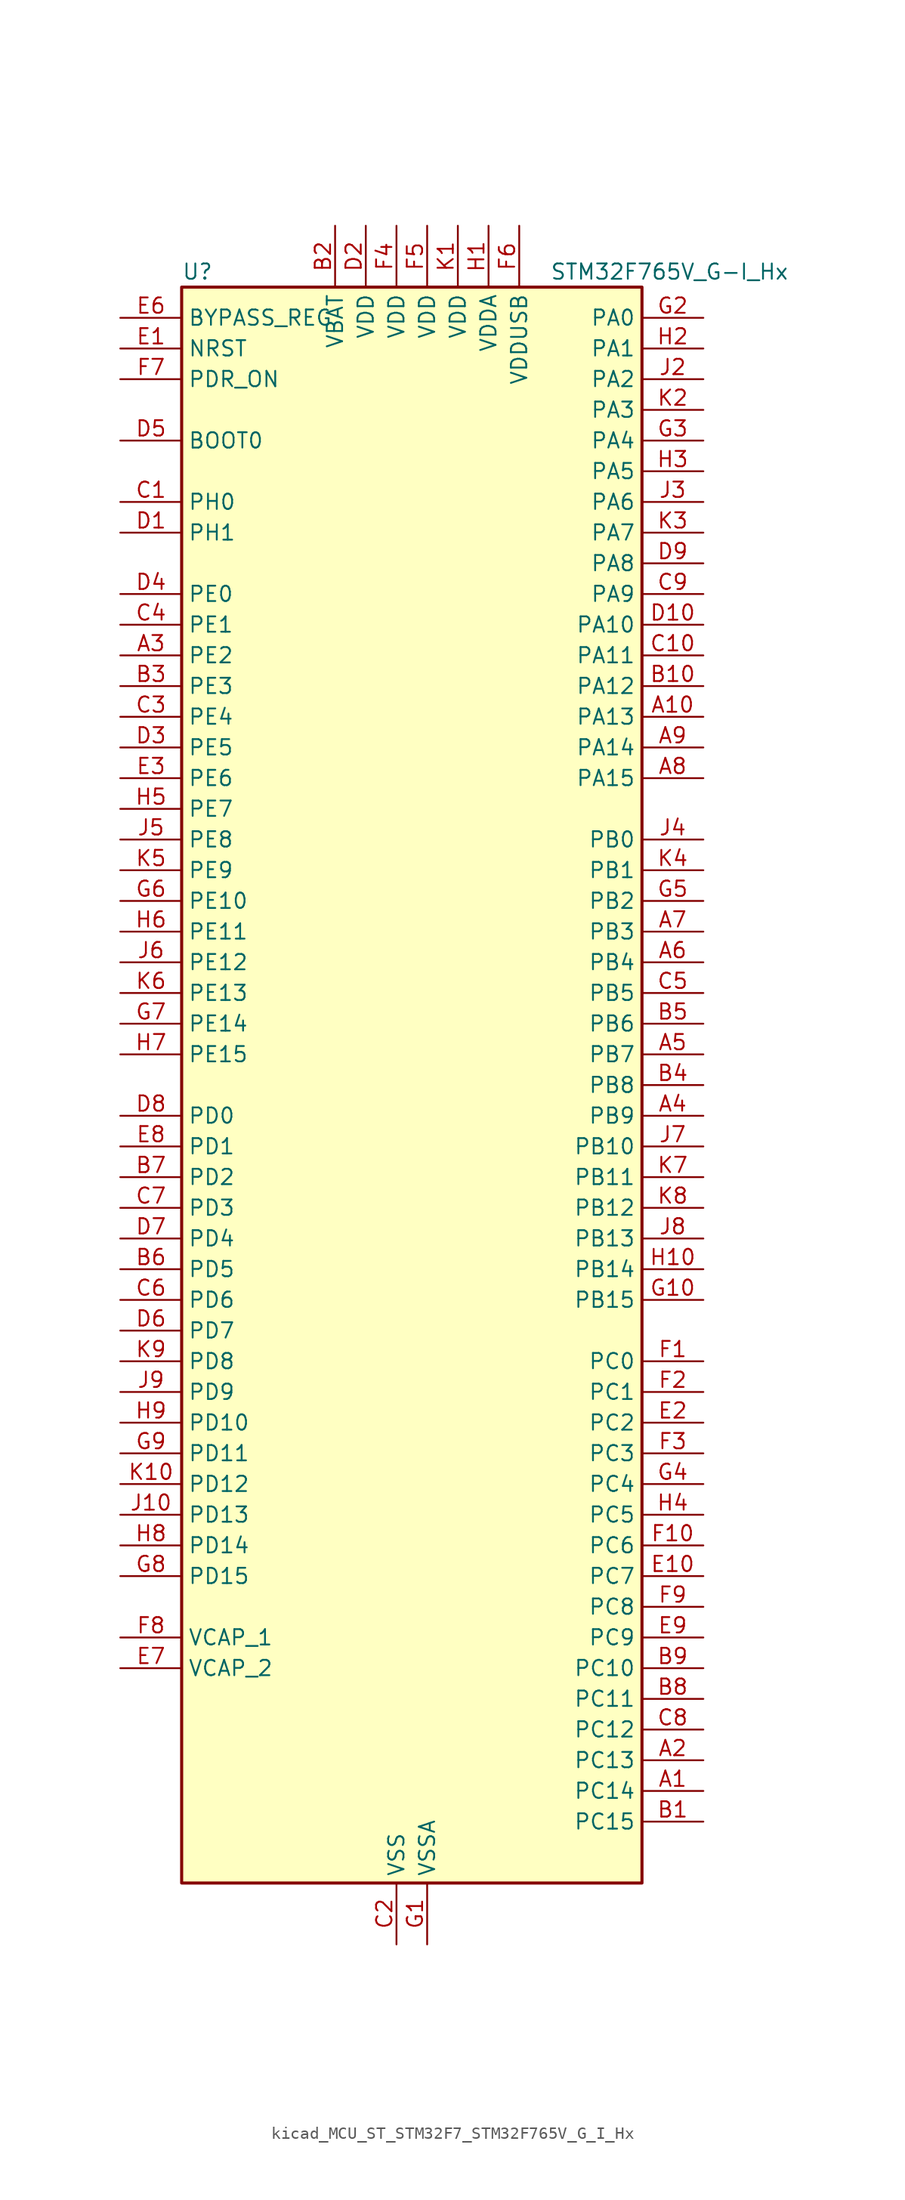
<source format=kicad_sym>
(kicad_symbol_lib
  (version 20220914)
  (generator kicad_symbol_editor)
  (symbol "kicad_MCU_ST_STM32F7_STM32F765V_G_I_Hx"
    (property "Reference" "U"
      (at -17.78 67.31 0)
      (effects (font (size 1.27 1.27)) (justify left)))
    (property "Value" "STM32F765V_G-I_Hx"
      (at 12.7 67.31 0)
      (effects (font (size 1.27 1.27)) (justify left)))
    (property "ki_locked" ""
      (at 0 0 0)
      (effects (font (size 1.27 1.27))))
    (symbol "kicad_MCU_ST_STM32F7_STM32F765V_G_I_Hx_0_1"
      (rectangle (start -17.78 -66.04) (end 20.32 66.04) (stroke (width 0.254) (type default)) (fill (type background))))
    (symbol "kicad_MCU_ST_STM32F7_STM32F765V_G_I_Hx_1_1"
      (pin bidirectional line (at 25.4 -58.42 180) (length 5.08) (name "PC14" (effects (font (size 1.27 1.27)))) (number "A1" (effects (font (size 1.27 1.27)))) (alternate "RCC_OSC32_IN" bidirectional line))
      (pin bidirectional line (at 25.4 30.48 180) (length 5.08) (name "PA13" (effects (font (size 1.27 1.27)))) (number "A10" (effects (font (size 1.27 1.27)))) (alternate "SYS_JTMS-SWDIO" bidirectional line))
      (pin bidirectional line (at 25.4 -55.88 180) (length 5.08) (name "PC13" (effects (font (size 1.27 1.27)))) (number "A2" (effects (font (size 1.27 1.27)))) (alternate "RTC_OUT" bidirectional line) (alternate "RTC_TAMP1" bidirectional line) (alternate "RTC_TS" bidirectional line) (alternate "SYS_WKUP4" bidirectional line))
      (pin bidirectional line (at -22.86 35.56 0) (length 5.08) (name "PE2" (effects (font (size 1.27 1.27)))) (number "A3" (effects (font (size 1.27 1.27)))) (alternate "ETH_TXD3" bidirectional line) (alternate "FMC_A23" bidirectional line) (alternate "QUADSPI_BK1_IO2" bidirectional line) (alternate "SAI1_MCLK_A" bidirectional line) (alternate "SPI4_SCK" bidirectional line) (alternate "SYS_TRACECLK" bidirectional line))
      (pin bidirectional line (at 25.4 -2.54 180) (length 5.08) (name "PB9" (effects (font (size 1.27 1.27)))) (number "A4" (effects (font (size 1.27 1.27)))) (alternate "CAN1_TX" bidirectional line) (alternate "DAC_EXTI9" bidirectional line) (alternate "DCMI_D7" bidirectional line) (alternate "DFSDM1_DATIN7" bidirectional line) (alternate "I2C1_SDA" bidirectional line) (alternate "I2C4_SDA" bidirectional line) (alternate "I2C4_SMBA" bidirectional line) (alternate "I2S2_WS" bidirectional line) (alternate "SDMMC1_D5" bidirectional line) (alternate "SDMMC2_D5" bidirectional line) (alternate "SPI2_NSS" bidirectional line) (alternate "TIM11_CH1" bidirectional line) (alternate "TIM4_CH4" bidirectional line) (alternate "UART5_TX" bidirectional line))
      (pin bidirectional line (at 25.4 2.54 180) (length 5.08) (name "PB7" (effects (font (size 1.27 1.27)))) (number "A5" (effects (font (size 1.27 1.27)))) (alternate "DCMI_VSYNC" bidirectional line) (alternate "DFSDM1_CKIN5" bidirectional line) (alternate "FMC_NL" bidirectional line) (alternate "I2C1_SDA" bidirectional line) (alternate "I2C4_SDA" bidirectional line) (alternate "TIM4_CH2" bidirectional line) (alternate "USART1_RX" bidirectional line))
      (pin bidirectional line (at 25.4 10.16 180) (length 5.08) (name "PB4" (effects (font (size 1.27 1.27)))) (number "A6" (effects (font (size 1.27 1.27)))) (alternate "CAN3_TX" bidirectional line) (alternate "I2S2_WS" bidirectional line) (alternate "SDMMC2_D3" bidirectional line) (alternate "SPI1_MISO" bidirectional line) (alternate "SPI2_NSS" bidirectional line) (alternate "SPI3_MISO" bidirectional line) (alternate "SPI6_MISO" bidirectional line) (alternate "SYS_JTRST" bidirectional line) (alternate "TIM3_CH1" bidirectional line) (alternate "UART7_TX" bidirectional line))
      (pin bidirectional line (at 25.4 12.7 180) (length 5.08) (name "PB3" (effects (font (size 1.27 1.27)))) (number "A7" (effects (font (size 1.27 1.27)))) (alternate "CAN3_RX" bidirectional line) (alternate "I2S1_CK" bidirectional line) (alternate "I2S3_CK" bidirectional line) (alternate "SDMMC2_D2" bidirectional line) (alternate "SPI1_SCK" bidirectional line) (alternate "SPI3_SCK" bidirectional line) (alternate "SPI6_SCK" bidirectional line) (alternate "SYS_JTDO-SWO" bidirectional line) (alternate "TIM2_CH2" bidirectional line) (alternate "UART7_RX" bidirectional line))
      (pin bidirectional line (at 25.4 25.4 180) (length 5.08) (name "PA15" (effects (font (size 1.27 1.27)))) (number "A8" (effects (font (size 1.27 1.27)))) (alternate "CAN3_TX" bidirectional line) (alternate "CEC" bidirectional line) (alternate "I2S1_WS" bidirectional line) (alternate "I2S3_WS" bidirectional line) (alternate "SPI1_NSS" bidirectional line) (alternate "SPI3_NSS" bidirectional line) (alternate "SPI6_NSS" bidirectional line) (alternate "SYS_JTDI" bidirectional line) (alternate "TIM2_CH1" bidirectional line) (alternate "TIM2_ETR" bidirectional line) (alternate "UART4_DE" bidirectional line) (alternate "UART4_RTS" bidirectional line) (alternate "UART7_TX" bidirectional line))
      (pin bidirectional line (at 25.4 27.94 180) (length 5.08) (name "PA14" (effects (font (size 1.27 1.27)))) (number "A9" (effects (font (size 1.27 1.27)))) (alternate "SYS_JTCK-SWCLK" bidirectional line))
      (pin bidirectional line (at 25.4 -60.96 180) (length 5.08) (name "PC15" (effects (font (size 1.27 1.27)))) (number "B1" (effects (font (size 1.27 1.27)))) (alternate "RCC_OSC32_OUT" bidirectional line))
      (pin bidirectional line (at 25.4 33.02 180) (length 5.08) (name "PA12" (effects (font (size 1.27 1.27)))) (number "B10" (effects (font (size 1.27 1.27)))) (alternate "CAN1_TX" bidirectional line) (alternate "I2S2_CK" bidirectional line) (alternate "SAI2_FS_B" bidirectional line) (alternate "SPI2_SCK" bidirectional line) (alternate "TIM1_ETR" bidirectional line) (alternate "UART4_TX" bidirectional line) (alternate "USART1_DE" bidirectional line) (alternate "USART1_RTS" bidirectional line) (alternate "USB_OTG_FS_DP" bidirectional line))
      (pin power_in line (at -5.08 71.12 270) (length 5.08) (name "VBAT" (effects (font (size 1.27 1.27)))) (number "B2" (effects (font (size 1.27 1.27)))))
      (pin bidirectional line (at -22.86 33.02 0) (length 5.08) (name "PE3" (effects (font (size 1.27 1.27)))) (number "B3" (effects (font (size 1.27 1.27)))) (alternate "FMC_A19" bidirectional line) (alternate "SAI1_SD_B" bidirectional line) (alternate "SYS_TRACED0" bidirectional line))
      (pin bidirectional line (at 25.4 0 180) (length 5.08) (name "PB8" (effects (font (size 1.27 1.27)))) (number "B4" (effects (font (size 1.27 1.27)))) (alternate "CAN1_RX" bidirectional line) (alternate "DCMI_D6" bidirectional line) (alternate "DFSDM1_CKIN7" bidirectional line) (alternate "ETH_TXD3" bidirectional line) (alternate "I2C1_SCL" bidirectional line) (alternate "I2C4_SCL" bidirectional line) (alternate "SDMMC1_D4" bidirectional line) (alternate "SDMMC2_D4" bidirectional line) (alternate "TIM10_CH1" bidirectional line) (alternate "TIM4_CH3" bidirectional line) (alternate "UART5_RX" bidirectional line))
      (pin bidirectional line (at 25.4 5.08 180) (length 5.08) (name "PB6" (effects (font (size 1.27 1.27)))) (number "B5" (effects (font (size 1.27 1.27)))) (alternate "CAN2_TX" bidirectional line) (alternate "CEC" bidirectional line) (alternate "DCMI_D5" bidirectional line) (alternate "DFSDM1_DATIN5" bidirectional line) (alternate "FMC_SDNE1" bidirectional line) (alternate "I2C1_SCL" bidirectional line) (alternate "I2C4_SCL" bidirectional line) (alternate "QUADSPI_BK1_NCS" bidirectional line) (alternate "TIM4_CH1" bidirectional line) (alternate "UART5_TX" bidirectional line) (alternate "USART1_TX" bidirectional line))
      (pin bidirectional line (at -22.86 -15.24 0) (length 5.08) (name "PD5" (effects (font (size 1.27 1.27)))) (number "B6" (effects (font (size 1.27 1.27)))) (alternate "FMC_NWE" bidirectional line) (alternate "USART2_TX" bidirectional line))
      (pin bidirectional line (at -22.86 -7.62 0) (length 5.08) (name "PD2" (effects (font (size 1.27 1.27)))) (number "B7" (effects (font (size 1.27 1.27)))) (alternate "DCMI_D11" bidirectional line) (alternate "SDMMC1_CMD" bidirectional line) (alternate "SYS_TRACED2" bidirectional line) (alternate "TIM3_ETR" bidirectional line) (alternate "UART5_RX" bidirectional line))
      (pin bidirectional line (at 25.4 -50.8 180) (length 5.08) (name "PC11" (effects (font (size 1.27 1.27)))) (number "B8" (effects (font (size 1.27 1.27)))) (alternate "ADC1_EXTI11" bidirectional line) (alternate "ADC2_EXTI11" bidirectional line) (alternate "ADC3_EXTI11" bidirectional line) (alternate "DCMI_D4" bidirectional line) (alternate "DFSDM1_DATIN5" bidirectional line) (alternate "QUADSPI_BK2_NCS" bidirectional line) (alternate "SDMMC1_D3" bidirectional line) (alternate "SPI3_MISO" bidirectional line) (alternate "UART4_RX" bidirectional line) (alternate "USART3_RX" bidirectional line))
      (pin bidirectional line (at 25.4 -48.26 180) (length 5.08) (name "PC10" (effects (font (size 1.27 1.27)))) (number "B9" (effects (font (size 1.27 1.27)))) (alternate "DCMI_D8" bidirectional line) (alternate "DFSDM1_CKIN5" bidirectional line) (alternate "I2S3_CK" bidirectional line) (alternate "QUADSPI_BK1_IO1" bidirectional line) (alternate "SDMMC1_D2" bidirectional line) (alternate "SPI3_SCK" bidirectional line) (alternate "UART4_TX" bidirectional line) (alternate "USART3_TX" bidirectional line))
      (pin bidirectional line (at -22.86 48.26 0) (length 5.08) (name "PH0" (effects (font (size 1.27 1.27)))) (number "C1" (effects (font (size 1.27 1.27)))) (alternate "RCC_OSC_IN" bidirectional line))
      (pin bidirectional line (at 25.4 35.56 180) (length 5.08) (name "PA11" (effects (font (size 1.27 1.27)))) (number "C10" (effects (font (size 1.27 1.27)))) (alternate "ADC1_EXTI11" bidirectional line) (alternate "ADC2_EXTI11" bidirectional line) (alternate "ADC3_EXTI11" bidirectional line) (alternate "CAN1_RX" bidirectional line) (alternate "I2S2_WS" bidirectional line) (alternate "SPI2_NSS" bidirectional line) (alternate "TIM1_CH4" bidirectional line) (alternate "UART4_RX" bidirectional line) (alternate "USART1_CTS" bidirectional line) (alternate "USB_OTG_FS_DM" bidirectional line))
      (pin power_in line (at 0 -71.12 90) (length 5.08) (name "VSS" (effects (font (size 1.27 1.27)))) (number "C2" (effects (font (size 1.27 1.27)))))
      (pin bidirectional line (at -22.86 30.48 0) (length 5.08) (name "PE4" (effects (font (size 1.27 1.27)))) (number "C3" (effects (font (size 1.27 1.27)))) (alternate "DCMI_D4" bidirectional line) (alternate "DFSDM1_DATIN3" bidirectional line) (alternate "FMC_A20" bidirectional line) (alternate "SAI1_FS_A" bidirectional line) (alternate "SPI4_NSS" bidirectional line) (alternate "SYS_TRACED1" bidirectional line))
      (pin bidirectional line (at -22.86 38.1 0) (length 5.08) (name "PE1" (effects (font (size 1.27 1.27)))) (number "C4" (effects (font (size 1.27 1.27)))) (alternate "DCMI_D3" bidirectional line) (alternate "FMC_NBL1" bidirectional line) (alternate "LPTIM1_IN2" bidirectional line) (alternate "UART8_TX" bidirectional line))
      (pin bidirectional line (at 25.4 7.62 180) (length 5.08) (name "PB5" (effects (font (size 1.27 1.27)))) (number "C5" (effects (font (size 1.27 1.27)))) (alternate "CAN2_RX" bidirectional line) (alternate "DCMI_D10" bidirectional line) (alternate "ETH_PPS_OUT" bidirectional line) (alternate "FMC_SDCKE1" bidirectional line) (alternate "I2C1_SMBA" bidirectional line) (alternate "I2S1_SD" bidirectional line) (alternate "I2S3_SD" bidirectional line) (alternate "SPI1_MOSI" bidirectional line) (alternate "SPI3_MOSI" bidirectional line) (alternate "SPI6_MOSI" bidirectional line) (alternate "TIM3_CH2" bidirectional line) (alternate "UART5_RX" bidirectional line) (alternate "USB_OTG_HS_ULPI_D7" bidirectional line))
      (pin bidirectional line (at -22.86 -17.78 0) (length 5.08) (name "PD6" (effects (font (size 1.27 1.27)))) (number "C6" (effects (font (size 1.27 1.27)))) (alternate "DCMI_D10" bidirectional line) (alternate "DFSDM1_CKIN4" bidirectional line) (alternate "DFSDM1_DATIN1" bidirectional line) (alternate "FMC_NWAIT" bidirectional line) (alternate "I2S3_SD" bidirectional line) (alternate "SAI1_SD_A" bidirectional line) (alternate "SDMMC2_CK" bidirectional line) (alternate "SPI3_MOSI" bidirectional line) (alternate "USART2_RX" bidirectional line))
      (pin bidirectional line (at -22.86 -10.16 0) (length 5.08) (name "PD3" (effects (font (size 1.27 1.27)))) (number "C7" (effects (font (size 1.27 1.27)))) (alternate "DCMI_D5" bidirectional line) (alternate "DFSDM1_CKOUT" bidirectional line) (alternate "DFSDM1_DATIN0" bidirectional line) (alternate "FMC_CLK" bidirectional line) (alternate "I2S2_CK" bidirectional line) (alternate "SPI2_SCK" bidirectional line) (alternate "USART2_CTS" bidirectional line))
      (pin bidirectional line (at 25.4 -53.34 180) (length 5.08) (name "PC12" (effects (font (size 1.27 1.27)))) (number "C8" (effects (font (size 1.27 1.27)))) (alternate "DCMI_D9" bidirectional line) (alternate "I2S3_SD" bidirectional line) (alternate "SDMMC1_CK" bidirectional line) (alternate "SPI3_MOSI" bidirectional line) (alternate "SYS_TRACED3" bidirectional line) (alternate "UART5_TX" bidirectional line) (alternate "USART3_CK" bidirectional line))
      (pin bidirectional line (at 25.4 40.64 180) (length 5.08) (name "PA9" (effects (font (size 1.27 1.27)))) (number "C9" (effects (font (size 1.27 1.27)))) (alternate "DAC_EXTI9" bidirectional line) (alternate "DCMI_D0" bidirectional line) (alternate "I2C3_SMBA" bidirectional line) (alternate "I2S2_CK" bidirectional line) (alternate "SPI2_SCK" bidirectional line) (alternate "TIM1_CH2" bidirectional line) (alternate "USART1_TX" bidirectional line) (alternate "USB_OTG_FS_VBUS" bidirectional line))
      (pin bidirectional line (at -22.86 45.72 0) (length 5.08) (name "PH1" (effects (font (size 1.27 1.27)))) (number "D1" (effects (font (size 1.27 1.27)))) (alternate "RCC_OSC_OUT" bidirectional line))
      (pin bidirectional line (at 25.4 38.1 180) (length 5.08) (name "PA10" (effects (font (size 1.27 1.27)))) (number "D10" (effects (font (size 1.27 1.27)))) (alternate "DCMI_D1" bidirectional line) (alternate "MDIOS_MDIO" bidirectional line) (alternate "TIM1_CH3" bidirectional line) (alternate "USART1_RX" bidirectional line) (alternate "USB_OTG_FS_ID" bidirectional line))
      (pin power_in line (at -2.54 71.12 270) (length 5.08) (name "VDD" (effects (font (size 1.27 1.27)))) (number "D2" (effects (font (size 1.27 1.27)))))
      (pin bidirectional line (at -22.86 27.94 0) (length 5.08) (name "PE5" (effects (font (size 1.27 1.27)))) (number "D3" (effects (font (size 1.27 1.27)))) (alternate "DCMI_D6" bidirectional line) (alternate "DFSDM1_CKIN3" bidirectional line) (alternate "FMC_A21" bidirectional line) (alternate "SAI1_SCK_A" bidirectional line) (alternate "SPI4_MISO" bidirectional line) (alternate "SYS_TRACED2" bidirectional line) (alternate "TIM9_CH1" bidirectional line))
      (pin bidirectional line (at -22.86 40.64 0) (length 5.08) (name "PE0" (effects (font (size 1.27 1.27)))) (number "D4" (effects (font (size 1.27 1.27)))) (alternate "DCMI_D2" bidirectional line) (alternate "FMC_NBL0" bidirectional line) (alternate "LPTIM1_ETR" bidirectional line) (alternate "SAI2_MCLK_A" bidirectional line) (alternate "TIM4_ETR" bidirectional line) (alternate "UART8_RX" bidirectional line))
      (pin input line (at -22.86 53.34 0) (length 5.08) (name "BOOT0" (effects (font (size 1.27 1.27)))) (number "D5" (effects (font (size 1.27 1.27)))))
      (pin bidirectional line (at -22.86 -20.32 0) (length 5.08) (name "PD7" (effects (font (size 1.27 1.27)))) (number "D6" (effects (font (size 1.27 1.27)))) (alternate "DFSDM1_CKIN1" bidirectional line) (alternate "DFSDM1_DATIN4" bidirectional line) (alternate "FMC_NE1" bidirectional line) (alternate "I2S1_SD" bidirectional line) (alternate "SDMMC2_CMD" bidirectional line) (alternate "SPDIFRX_IN0" bidirectional line) (alternate "SPI1_MOSI" bidirectional line) (alternate "USART2_CK" bidirectional line))
      (pin bidirectional line (at -22.86 -12.7 0) (length 5.08) (name "PD4" (effects (font (size 1.27 1.27)))) (number "D7" (effects (font (size 1.27 1.27)))) (alternate "DFSDM1_CKIN0" bidirectional line) (alternate "FMC_NOE" bidirectional line) (alternate "USART2_DE" bidirectional line) (alternate "USART2_RTS" bidirectional line))
      (pin bidirectional line (at -22.86 -2.54 0) (length 5.08) (name "PD0" (effects (font (size 1.27 1.27)))) (number "D8" (effects (font (size 1.27 1.27)))) (alternate "CAN1_RX" bidirectional line) (alternate "DFSDM1_CKIN6" bidirectional line) (alternate "DFSDM1_DATIN7" bidirectional line) (alternate "FMC_D2" bidirectional line) (alternate "FMC_DA2" bidirectional line) (alternate "UART4_RX" bidirectional line))
      (pin bidirectional line (at 25.4 43.18 180) (length 5.08) (name "PA8" (effects (font (size 1.27 1.27)))) (number "D9" (effects (font (size 1.27 1.27)))) (alternate "CAN3_RX" bidirectional line) (alternate "I2C3_SCL" bidirectional line) (alternate "RCC_MCO_1" bidirectional line) (alternate "TIM1_CH1" bidirectional line) (alternate "TIM8_BKIN2" bidirectional line) (alternate "UART7_RX" bidirectional line) (alternate "USART1_CK" bidirectional line) (alternate "USB_OTG_FS_SOF" bidirectional line))
      (pin input line (at -22.86 60.96 0) (length 5.08) (name "NRST" (effects (font (size 1.27 1.27)))) (number "E1" (effects (font (size 1.27 1.27)))))
      (pin bidirectional line (at 25.4 -40.64 180) (length 5.08) (name "PC7" (effects (font (size 1.27 1.27)))) (number "E10" (effects (font (size 1.27 1.27)))) (alternate "DCMI_D1" bidirectional line) (alternate "DFSDM1_DATIN3" bidirectional line) (alternate "FMC_NE1" bidirectional line) (alternate "I2S3_MCK" bidirectional line) (alternate "SDMMC1_D7" bidirectional line) (alternate "SDMMC2_D7" bidirectional line) (alternate "TIM3_CH2" bidirectional line) (alternate "TIM8_CH2" bidirectional line) (alternate "USART6_RX" bidirectional line))
      (pin bidirectional line (at 25.4 -27.94 180) (length 5.08) (name "PC2" (effects (font (size 1.27 1.27)))) (number "E2" (effects (font (size 1.27 1.27)))) (alternate "ADC1_IN12" bidirectional line) (alternate "ADC2_IN12" bidirectional line) (alternate "ADC3_IN12" bidirectional line) (alternate "DFSDM1_CKIN1" bidirectional line) (alternate "DFSDM1_CKOUT" bidirectional line) (alternate "ETH_TXD2" bidirectional line) (alternate "FMC_SDNE0" bidirectional line) (alternate "SPI2_MISO" bidirectional line) (alternate "USB_OTG_HS_ULPI_DIR" bidirectional line))
      (pin bidirectional line (at -22.86 25.4 0) (length 5.08) (name "PE6" (effects (font (size 1.27 1.27)))) (number "E3" (effects (font (size 1.27 1.27)))) (alternate "DCMI_D7" bidirectional line) (alternate "FMC_A22" bidirectional line) (alternate "SAI1_SD_A" bidirectional line) (alternate "SAI2_MCLK_B" bidirectional line) (alternate "SPI4_MOSI" bidirectional line) (alternate "SYS_TRACED3" bidirectional line) (alternate "TIM1_BKIN2" bidirectional line) (alternate "TIM9_CH2" bidirectional line))
      (pin passive line (at 0 -71.12 90) (length 5.08) hide (name "VSS" (effects (font (size 1.27 1.27)))) (number "E4" (effects (font (size 1.27 1.27)))))
      (pin passive line (at 0 -71.12 90) (length 5.08) hide (name "VSS" (effects (font (size 1.27 1.27)))) (number "E5" (effects (font (size 1.27 1.27)))))
      (pin input line (at -22.86 63.5 0) (length 5.08) (name "BYPASS_REG" (effects (font (size 1.27 1.27)))) (number "E6" (effects (font (size 1.27 1.27)))))
      (pin power_out line (at -22.86 -48.26 0) (length 5.08) (name "VCAP_2" (effects (font (size 1.27 1.27)))) (number "E7" (effects (font (size 1.27 1.27)))))
      (pin bidirectional line (at -22.86 -5.08 0) (length 5.08) (name "PD1" (effects (font (size 1.27 1.27)))) (number "E8" (effects (font (size 1.27 1.27)))) (alternate "CAN1_TX" bidirectional line) (alternate "DFSDM1_CKIN7" bidirectional line) (alternate "DFSDM1_DATIN6" bidirectional line) (alternate "FMC_D3" bidirectional line) (alternate "FMC_DA3" bidirectional line) (alternate "UART4_TX" bidirectional line))
      (pin bidirectional line (at 25.4 -45.72 180) (length 5.08) (name "PC9" (effects (font (size 1.27 1.27)))) (number "E9" (effects (font (size 1.27 1.27)))) (alternate "DAC_EXTI9" bidirectional line) (alternate "DCMI_D3" bidirectional line) (alternate "I2C3_SDA" bidirectional line) (alternate "I2S_CKIN" bidirectional line) (alternate "QUADSPI_BK1_IO0" bidirectional line) (alternate "RCC_MCO_2" bidirectional line) (alternate "SDMMC1_D1" bidirectional line) (alternate "TIM3_CH4" bidirectional line) (alternate "TIM8_CH4" bidirectional line) (alternate "UART5_CTS" bidirectional line))
      (pin bidirectional line (at 25.4 -22.86 180) (length 5.08) (name "PC0" (effects (font (size 1.27 1.27)))) (number "F1" (effects (font (size 1.27 1.27)))) (alternate "ADC1_IN10" bidirectional line) (alternate "ADC2_IN10" bidirectional line) (alternate "ADC3_IN10" bidirectional line) (alternate "DFSDM1_CKIN0" bidirectional line) (alternate "DFSDM1_DATIN4" bidirectional line) (alternate "FMC_SDNWE" bidirectional line) (alternate "SAI2_FS_B" bidirectional line) (alternate "USB_OTG_HS_ULPI_STP" bidirectional line))
      (pin bidirectional line (at 25.4 -38.1 180) (length 5.08) (name "PC6" (effects (font (size 1.27 1.27)))) (number "F10" (effects (font (size 1.27 1.27)))) (alternate "DCMI_D0" bidirectional line) (alternate "DFSDM1_CKIN3" bidirectional line) (alternate "FMC_NWAIT" bidirectional line) (alternate "I2S2_MCK" bidirectional line) (alternate "SDMMC1_D6" bidirectional line) (alternate "SDMMC2_D6" bidirectional line) (alternate "TIM3_CH1" bidirectional line) (alternate "TIM8_CH1" bidirectional line) (alternate "USART6_TX" bidirectional line))
      (pin bidirectional line (at 25.4 -25.4 180) (length 5.08) (name "PC1" (effects (font (size 1.27 1.27)))) (number "F2" (effects (font (size 1.27 1.27)))) (alternate "ADC1_IN11" bidirectional line) (alternate "ADC2_IN11" bidirectional line) (alternate "ADC3_IN11" bidirectional line) (alternate "DFSDM1_CKIN4" bidirectional line) (alternate "DFSDM1_DATIN0" bidirectional line) (alternate "ETH_MDC" bidirectional line) (alternate "I2S2_SD" bidirectional line) (alternate "MDIOS_MDC" bidirectional line) (alternate "RTC_TAMP3" bidirectional line) (alternate "RTC_TS" bidirectional line) (alternate "SAI1_SD_A" bidirectional line) (alternate "SPI2_MOSI" bidirectional line) (alternate "SYS_TRACED0" bidirectional line) (alternate "SYS_WKUP3" bidirectional line))
      (pin bidirectional line (at 25.4 -30.48 180) (length 5.08) (name "PC3" (effects (font (size 1.27 1.27)))) (number "F3" (effects (font (size 1.27 1.27)))) (alternate "ADC1_IN13" bidirectional line) (alternate "ADC2_IN13" bidirectional line) (alternate "ADC3_IN13" bidirectional line) (alternate "DFSDM1_DATIN1" bidirectional line) (alternate "ETH_TX_CLK" bidirectional line) (alternate "FMC_SDCKE0" bidirectional line) (alternate "I2S2_SD" bidirectional line) (alternate "SPI2_MOSI" bidirectional line) (alternate "USB_OTG_HS_ULPI_NXT" bidirectional line))
      (pin power_in line (at 0 71.12 270) (length 5.08) (name "VDD" (effects (font (size 1.27 1.27)))) (number "F4" (effects (font (size 1.27 1.27)))))
      (pin power_in line (at 2.54 71.12 270) (length 5.08) (name "VDD" (effects (font (size 1.27 1.27)))) (number "F5" (effects (font (size 1.27 1.27)))))
      (pin power_in line (at 10.16 71.12 270) (length 5.08) (name "VDDUSB" (effects (font (size 1.27 1.27)))) (number "F6" (effects (font (size 1.27 1.27)))))
      (pin input line (at -22.86 58.42 0) (length 5.08) (name "PDR_ON" (effects (font (size 1.27 1.27)))) (number "F7" (effects (font (size 1.27 1.27)))))
      (pin power_out line (at -22.86 -45.72 0) (length 5.08) (name "VCAP_1" (effects (font (size 1.27 1.27)))) (number "F8" (effects (font (size 1.27 1.27)))))
      (pin bidirectional line (at 25.4 -43.18 180) (length 5.08) (name "PC8" (effects (font (size 1.27 1.27)))) (number "F9" (effects (font (size 1.27 1.27)))) (alternate "DCMI_D2" bidirectional line) (alternate "FMC_NCE" bidirectional line) (alternate "FMC_NE2" bidirectional line) (alternate "SDMMC1_D0" bidirectional line) (alternate "SYS_TRACED1" bidirectional line) (alternate "TIM3_CH3" bidirectional line) (alternate "TIM8_CH3" bidirectional line) (alternate "UART5_DE" bidirectional line) (alternate "UART5_RTS" bidirectional line) (alternate "USART6_CK" bidirectional line))
      (pin power_in line (at 2.54 -71.12 90) (length 5.08) (name "VSSA" (effects (font (size 1.27 1.27)))) (number "G1" (effects (font (size 1.27 1.27)))))
      (pin bidirectional line (at 25.4 -17.78 180) (length 5.08) (name "PB15" (effects (font (size 1.27 1.27)))) (number "G10" (effects (font (size 1.27 1.27)))) (alternate "DFSDM1_CKIN2" bidirectional line) (alternate "I2S2_SD" bidirectional line) (alternate "RTC_REFIN" bidirectional line) (alternate "SDMMC2_D1" bidirectional line) (alternate "SPI2_MOSI" bidirectional line) (alternate "TIM12_CH2" bidirectional line) (alternate "TIM1_CH3N" bidirectional line) (alternate "TIM8_CH3N" bidirectional line) (alternate "UART4_CTS" bidirectional line) (alternate "USART1_RX" bidirectional line) (alternate "USB_OTG_HS_DP" bidirectional line))
      (pin bidirectional line (at 25.4 63.5 180) (length 5.08) (name "PA0" (effects (font (size 1.27 1.27)))) (number "G2" (effects (font (size 1.27 1.27)))) (alternate "ADC1_IN0" bidirectional line) (alternate "ADC2_IN0" bidirectional line) (alternate "ADC3_IN0" bidirectional line) (alternate "ETH_CRS" bidirectional line) (alternate "SAI2_SD_B" bidirectional line) (alternate "SYS_WKUP1" bidirectional line) (alternate "TIM2_CH1" bidirectional line) (alternate "TIM2_ETR" bidirectional line) (alternate "TIM5_CH1" bidirectional line) (alternate "TIM8_ETR" bidirectional line) (alternate "UART4_TX" bidirectional line) (alternate "USART2_CTS" bidirectional line))
      (pin bidirectional line (at 25.4 53.34 180) (length 5.08) (name "PA4" (effects (font (size 1.27 1.27)))) (number "G3" (effects (font (size 1.27 1.27)))) (alternate "ADC1_IN4" bidirectional line) (alternate "ADC2_IN4" bidirectional line) (alternate "DAC_OUT1" bidirectional line) (alternate "DCMI_HSYNC" bidirectional line) (alternate "I2S1_WS" bidirectional line) (alternate "I2S3_WS" bidirectional line) (alternate "SPI1_NSS" bidirectional line) (alternate "SPI3_NSS" bidirectional line) (alternate "SPI6_NSS" bidirectional line) (alternate "USART2_CK" bidirectional line) (alternate "USB_OTG_HS_SOF" bidirectional line))
      (pin bidirectional line (at 25.4 -33.02 180) (length 5.08) (name "PC4" (effects (font (size 1.27 1.27)))) (number "G4" (effects (font (size 1.27 1.27)))) (alternate "ADC1_IN14" bidirectional line) (alternate "ADC2_IN14" bidirectional line) (alternate "DFSDM1_CKIN2" bidirectional line) (alternate "ETH_RXD0" bidirectional line) (alternate "FMC_SDNE0" bidirectional line) (alternate "I2S1_MCK" bidirectional line) (alternate "SPDIFRX_IN2" bidirectional line))
      (pin bidirectional line (at 25.4 15.24 180) (length 5.08) (name "PB2" (effects (font (size 1.27 1.27)))) (number "G5" (effects (font (size 1.27 1.27)))) (alternate "DFSDM1_CKIN1" bidirectional line) (alternate "I2S3_SD" bidirectional line) (alternate "QUADSPI_CLK" bidirectional line) (alternate "SAI1_SD_A" bidirectional line) (alternate "SPI3_MOSI" bidirectional line))
      (pin bidirectional line (at -22.86 15.24 0) (length 5.08) (name "PE10" (effects (font (size 1.27 1.27)))) (number "G6" (effects (font (size 1.27 1.27)))) (alternate "DFSDM1_DATIN4" bidirectional line) (alternate "FMC_D7" bidirectional line) (alternate "FMC_DA7" bidirectional line) (alternate "QUADSPI_BK2_IO3" bidirectional line) (alternate "TIM1_CH2N" bidirectional line) (alternate "UART7_CTS" bidirectional line))
      (pin bidirectional line (at -22.86 5.08 0) (length 5.08) (name "PE14" (effects (font (size 1.27 1.27)))) (number "G7" (effects (font (size 1.27 1.27)))) (alternate "FMC_D11" bidirectional line) (alternate "FMC_DA11" bidirectional line) (alternate "SAI2_MCLK_B" bidirectional line) (alternate "SPI4_MOSI" bidirectional line) (alternate "TIM1_CH4" bidirectional line))
      (pin bidirectional line (at -22.86 -40.64 0) (length 5.08) (name "PD15" (effects (font (size 1.27 1.27)))) (number "G8" (effects (font (size 1.27 1.27)))) (alternate "FMC_D1" bidirectional line) (alternate "FMC_DA1" bidirectional line) (alternate "TIM4_CH4" bidirectional line) (alternate "UART8_DE" bidirectional line) (alternate "UART8_RTS" bidirectional line))
      (pin bidirectional line (at -22.86 -30.48 0) (length 5.08) (name "PD11" (effects (font (size 1.27 1.27)))) (number "G9" (effects (font (size 1.27 1.27)))) (alternate "ADC1_EXTI11" bidirectional line) (alternate "ADC2_EXTI11" bidirectional line) (alternate "ADC3_EXTI11" bidirectional line) (alternate "FMC_A16" bidirectional line) (alternate "FMC_CLE" bidirectional line) (alternate "I2C4_SMBA" bidirectional line) (alternate "QUADSPI_BK1_IO0" bidirectional line) (alternate "SAI2_SD_A" bidirectional line) (alternate "USART3_CTS" bidirectional line))
      (pin power_in line (at 7.62 71.12 270) (length 5.08) (name "VDDA" (effects (font (size 1.27 1.27)))) (number "H1" (effects (font (size 1.27 1.27)))))
      (pin bidirectional line (at 25.4 -15.24 180) (length 5.08) (name "PB14" (effects (font (size 1.27 1.27)))) (number "H10" (effects (font (size 1.27 1.27)))) (alternate "DFSDM1_DATIN2" bidirectional line) (alternate "SDMMC2_D0" bidirectional line) (alternate "SPI2_MISO" bidirectional line) (alternate "TIM12_CH1" bidirectional line) (alternate "TIM1_CH2N" bidirectional line) (alternate "TIM8_CH2N" bidirectional line) (alternate "UART4_DE" bidirectional line) (alternate "UART4_RTS" bidirectional line) (alternate "USART1_TX" bidirectional line) (alternate "USART3_DE" bidirectional line) (alternate "USART3_RTS" bidirectional line) (alternate "USB_OTG_HS_DM" bidirectional line))
      (pin bidirectional line (at 25.4 60.96 180) (length 5.08) (name "PA1" (effects (font (size 1.27 1.27)))) (number "H2" (effects (font (size 1.27 1.27)))) (alternate "ADC1_IN1" bidirectional line) (alternate "ADC2_IN1" bidirectional line) (alternate "ADC3_IN1" bidirectional line) (alternate "ETH_REF_CLK" bidirectional line) (alternate "ETH_RX_CLK" bidirectional line) (alternate "QUADSPI_BK1_IO3" bidirectional line) (alternate "SAI2_MCLK_B" bidirectional line) (alternate "TIM2_CH2" bidirectional line) (alternate "TIM5_CH2" bidirectional line) (alternate "UART4_RX" bidirectional line) (alternate "USART2_DE" bidirectional line) (alternate "USART2_RTS" bidirectional line))
      (pin bidirectional line (at 25.4 50.8 180) (length 5.08) (name "PA5" (effects (font (size 1.27 1.27)))) (number "H3" (effects (font (size 1.27 1.27)))) (alternate "ADC1_IN5" bidirectional line) (alternate "ADC2_IN5" bidirectional line) (alternate "DAC_OUT2" bidirectional line) (alternate "I2S1_CK" bidirectional line) (alternate "SPI1_SCK" bidirectional line) (alternate "SPI6_SCK" bidirectional line) (alternate "TIM2_CH1" bidirectional line) (alternate "TIM2_ETR" bidirectional line) (alternate "TIM8_CH1N" bidirectional line) (alternate "USB_OTG_HS_ULPI_CK" bidirectional line))
      (pin bidirectional line (at 25.4 -35.56 180) (length 5.08) (name "PC5" (effects (font (size 1.27 1.27)))) (number "H4" (effects (font (size 1.27 1.27)))) (alternate "ADC1_IN15" bidirectional line) (alternate "ADC2_IN15" bidirectional line) (alternate "DFSDM1_DATIN2" bidirectional line) (alternate "ETH_RXD1" bidirectional line) (alternate "FMC_SDCKE0" bidirectional line) (alternate "SPDIFRX_IN3" bidirectional line))
      (pin bidirectional line (at -22.86 22.86 0) (length 5.08) (name "PE7" (effects (font (size 1.27 1.27)))) (number "H5" (effects (font (size 1.27 1.27)))) (alternate "DFSDM1_DATIN2" bidirectional line) (alternate "FMC_D4" bidirectional line) (alternate "FMC_DA4" bidirectional line) (alternate "QUADSPI_BK2_IO0" bidirectional line) (alternate "TIM1_ETR" bidirectional line) (alternate "UART7_RX" bidirectional line))
      (pin bidirectional line (at -22.86 12.7 0) (length 5.08) (name "PE11" (effects (font (size 1.27 1.27)))) (number "H6" (effects (font (size 1.27 1.27)))) (alternate "ADC1_EXTI11" bidirectional line) (alternate "ADC2_EXTI11" bidirectional line) (alternate "ADC3_EXTI11" bidirectional line) (alternate "DFSDM1_CKIN4" bidirectional line) (alternate "FMC_D8" bidirectional line) (alternate "FMC_DA8" bidirectional line) (alternate "SAI2_SD_B" bidirectional line) (alternate "SPI4_NSS" bidirectional line) (alternate "TIM1_CH2" bidirectional line))
      (pin bidirectional line (at -22.86 2.54 0) (length 5.08) (name "PE15" (effects (font (size 1.27 1.27)))) (number "H7" (effects (font (size 1.27 1.27)))) (alternate "FMC_D12" bidirectional line) (alternate "FMC_DA12" bidirectional line) (alternate "TIM1_BKIN" bidirectional line))
      (pin bidirectional line (at -22.86 -38.1 0) (length 5.08) (name "PD14" (effects (font (size 1.27 1.27)))) (number "H8" (effects (font (size 1.27 1.27)))) (alternate "FMC_D0" bidirectional line) (alternate "FMC_DA0" bidirectional line) (alternate "TIM4_CH3" bidirectional line) (alternate "UART8_CTS" bidirectional line))
      (pin bidirectional line (at -22.86 -27.94 0) (length 5.08) (name "PD10" (effects (font (size 1.27 1.27)))) (number "H9" (effects (font (size 1.27 1.27)))) (alternate "DFSDM1_CKOUT" bidirectional line) (alternate "FMC_D15" bidirectional line) (alternate "FMC_DA15" bidirectional line) (alternate "USART3_CK" bidirectional line))
      (pin passive line (at 0 -71.12 90) (length 5.08) hide (name "VSS" (effects (font (size 1.27 1.27)))) (number "J1" (effects (font (size 1.27 1.27)))))
      (pin bidirectional line (at -22.86 -35.56 0) (length 5.08) (name "PD13" (effects (font (size 1.27 1.27)))) (number "J10" (effects (font (size 1.27 1.27)))) (alternate "FMC_A18" bidirectional line) (alternate "I2C4_SDA" bidirectional line) (alternate "LPTIM1_OUT" bidirectional line) (alternate "QUADSPI_BK1_IO3" bidirectional line) (alternate "SAI2_SCK_A" bidirectional line) (alternate "TIM4_CH2" bidirectional line))
      (pin bidirectional line (at 25.4 58.42 180) (length 5.08) (name "PA2" (effects (font (size 1.27 1.27)))) (number "J2" (effects (font (size 1.27 1.27)))) (alternate "ADC1_IN2" bidirectional line) (alternate "ADC2_IN2" bidirectional line) (alternate "ADC3_IN2" bidirectional line) (alternate "ETH_MDIO" bidirectional line) (alternate "MDIOS_MDIO" bidirectional line) (alternate "SAI2_SCK_B" bidirectional line) (alternate "SYS_WKUP2" bidirectional line) (alternate "TIM2_CH3" bidirectional line) (alternate "TIM5_CH3" bidirectional line) (alternate "TIM9_CH1" bidirectional line) (alternate "USART2_TX" bidirectional line))
      (pin bidirectional line (at 25.4 48.26 180) (length 5.08) (name "PA6" (effects (font (size 1.27 1.27)))) (number "J3" (effects (font (size 1.27 1.27)))) (alternate "ADC1_IN6" bidirectional line) (alternate "ADC2_IN6" bidirectional line) (alternate "DCMI_PIXCLK" bidirectional line) (alternate "MDIOS_MDC" bidirectional line) (alternate "SPI1_MISO" bidirectional line) (alternate "SPI6_MISO" bidirectional line) (alternate "TIM13_CH1" bidirectional line) (alternate "TIM1_BKIN" bidirectional line) (alternate "TIM3_CH1" bidirectional line) (alternate "TIM8_BKIN" bidirectional line))
      (pin bidirectional line (at 25.4 20.32 180) (length 5.08) (name "PB0" (effects (font (size 1.27 1.27)))) (number "J4" (effects (font (size 1.27 1.27)))) (alternate "ADC1_IN8" bidirectional line) (alternate "ADC2_IN8" bidirectional line) (alternate "DFSDM1_CKOUT" bidirectional line) (alternate "ETH_RXD2" bidirectional line) (alternate "TIM1_CH2N" bidirectional line) (alternate "TIM3_CH3" bidirectional line) (alternate "TIM8_CH2N" bidirectional line) (alternate "UART4_CTS" bidirectional line) (alternate "USB_OTG_HS_ULPI_D1" bidirectional line))
      (pin bidirectional line (at -22.86 20.32 0) (length 5.08) (name "PE8" (effects (font (size 1.27 1.27)))) (number "J5" (effects (font (size 1.27 1.27)))) (alternate "DFSDM1_CKIN2" bidirectional line) (alternate "FMC_D5" bidirectional line) (alternate "FMC_DA5" bidirectional line) (alternate "QUADSPI_BK2_IO1" bidirectional line) (alternate "TIM1_CH1N" bidirectional line) (alternate "UART7_TX" bidirectional line))
      (pin bidirectional line (at -22.86 10.16 0) (length 5.08) (name "PE12" (effects (font (size 1.27 1.27)))) (number "J6" (effects (font (size 1.27 1.27)))) (alternate "DFSDM1_DATIN5" bidirectional line) (alternate "FMC_D9" bidirectional line) (alternate "FMC_DA9" bidirectional line) (alternate "SAI2_SCK_B" bidirectional line) (alternate "SPI4_SCK" bidirectional line) (alternate "TIM1_CH3N" bidirectional line))
      (pin bidirectional line (at 25.4 -5.08 180) (length 5.08) (name "PB10" (effects (font (size 1.27 1.27)))) (number "J7" (effects (font (size 1.27 1.27)))) (alternate "DFSDM1_DATIN7" bidirectional line) (alternate "ETH_RX_ER" bidirectional line) (alternate "I2C2_SCL" bidirectional line) (alternate "I2S2_CK" bidirectional line) (alternate "QUADSPI_BK1_NCS" bidirectional line) (alternate "SPI2_SCK" bidirectional line) (alternate "TIM2_CH3" bidirectional line) (alternate "USART3_TX" bidirectional line) (alternate "USB_OTG_HS_ULPI_D3" bidirectional line))
      (pin bidirectional line (at 25.4 -12.7 180) (length 5.08) (name "PB13" (effects (font (size 1.27 1.27)))) (number "J8" (effects (font (size 1.27 1.27)))) (alternate "CAN2_TX" bidirectional line) (alternate "DFSDM1_CKIN1" bidirectional line) (alternate "ETH_TXD1" bidirectional line) (alternate "I2S2_CK" bidirectional line) (alternate "SPI2_SCK" bidirectional line) (alternate "TIM1_CH1N" bidirectional line) (alternate "UART5_TX" bidirectional line) (alternate "USART3_CTS" bidirectional line) (alternate "USB_OTG_HS_ULPI_D6" bidirectional line) (alternate "USB_OTG_HS_VBUS" bidirectional line))
      (pin bidirectional line (at -22.86 -25.4 0) (length 5.08) (name "PD9" (effects (font (size 1.27 1.27)))) (number "J9" (effects (font (size 1.27 1.27)))) (alternate "DAC_EXTI9" bidirectional line) (alternate "DFSDM1_DATIN3" bidirectional line) (alternate "FMC_D14" bidirectional line) (alternate "FMC_DA14" bidirectional line) (alternate "USART3_RX" bidirectional line))
      (pin power_in line (at 5.08 71.12 270) (length 5.08) (name "VDD" (effects (font (size 1.27 1.27)))) (number "K1" (effects (font (size 1.27 1.27)))))
      (pin bidirectional line (at -22.86 -33.02 0) (length 5.08) (name "PD12" (effects (font (size 1.27 1.27)))) (number "K10" (effects (font (size 1.27 1.27)))) (alternate "FMC_A17" bidirectional line) (alternate "FMC_ALE" bidirectional line) (alternate "I2C4_SCL" bidirectional line) (alternate "LPTIM1_IN1" bidirectional line) (alternate "QUADSPI_BK1_IO1" bidirectional line) (alternate "SAI2_FS_A" bidirectional line) (alternate "TIM4_CH1" bidirectional line) (alternate "USART3_DE" bidirectional line) (alternate "USART3_RTS" bidirectional line))
      (pin bidirectional line (at 25.4 55.88 180) (length 5.08) (name "PA3" (effects (font (size 1.27 1.27)))) (number "K2" (effects (font (size 1.27 1.27)))) (alternate "ADC1_IN3" bidirectional line) (alternate "ADC2_IN3" bidirectional line) (alternate "ADC3_IN3" bidirectional line) (alternate "ETH_COL" bidirectional line) (alternate "TIM2_CH4" bidirectional line) (alternate "TIM5_CH4" bidirectional line) (alternate "TIM9_CH2" bidirectional line) (alternate "USART2_RX" bidirectional line) (alternate "USB_OTG_HS_ULPI_D0" bidirectional line))
      (pin bidirectional line (at 25.4 45.72 180) (length 5.08) (name "PA7" (effects (font (size 1.27 1.27)))) (number "K3" (effects (font (size 1.27 1.27)))) (alternate "ADC1_IN7" bidirectional line) (alternate "ADC2_IN7" bidirectional line) (alternate "ETH_CRS_DV" bidirectional line) (alternate "ETH_RX_DV" bidirectional line) (alternate "FMC_SDNWE" bidirectional line) (alternate "I2S1_SD" bidirectional line) (alternate "SPI1_MOSI" bidirectional line) (alternate "SPI6_MOSI" bidirectional line) (alternate "TIM14_CH1" bidirectional line) (alternate "TIM1_CH1N" bidirectional line) (alternate "TIM3_CH2" bidirectional line) (alternate "TIM8_CH1N" bidirectional line))
      (pin bidirectional line (at 25.4 17.78 180) (length 5.08) (name "PB1" (effects (font (size 1.27 1.27)))) (number "K4" (effects (font (size 1.27 1.27)))) (alternate "ADC1_IN9" bidirectional line) (alternate "ADC2_IN9" bidirectional line) (alternate "DFSDM1_DATIN1" bidirectional line) (alternate "ETH_RXD3" bidirectional line) (alternate "TIM1_CH3N" bidirectional line) (alternate "TIM3_CH4" bidirectional line) (alternate "TIM8_CH3N" bidirectional line) (alternate "USB_OTG_HS_ULPI_D2" bidirectional line))
      (pin bidirectional line (at -22.86 17.78 0) (length 5.08) (name "PE9" (effects (font (size 1.27 1.27)))) (number "K5" (effects (font (size 1.27 1.27)))) (alternate "DAC_EXTI9" bidirectional line) (alternate "DFSDM1_CKOUT" bidirectional line) (alternate "FMC_D6" bidirectional line) (alternate "FMC_DA6" bidirectional line) (alternate "QUADSPI_BK2_IO2" bidirectional line) (alternate "TIM1_CH1" bidirectional line) (alternate "UART7_DE" bidirectional line) (alternate "UART7_RTS" bidirectional line))
      (pin bidirectional line (at -22.86 7.62 0) (length 5.08) (name "PE13" (effects (font (size 1.27 1.27)))) (number "K6" (effects (font (size 1.27 1.27)))) (alternate "DFSDM1_CKIN5" bidirectional line) (alternate "FMC_D10" bidirectional line) (alternate "FMC_DA10" bidirectional line) (alternate "SAI2_FS_B" bidirectional line) (alternate "SPI4_MISO" bidirectional line) (alternate "TIM1_CH3" bidirectional line))
      (pin bidirectional line (at 25.4 -7.62 180) (length 5.08) (name "PB11" (effects (font (size 1.27 1.27)))) (number "K7" (effects (font (size 1.27 1.27)))) (alternate "ADC1_EXTI11" bidirectional line) (alternate "ADC2_EXTI11" bidirectional line) (alternate "ADC3_EXTI11" bidirectional line) (alternate "DFSDM1_CKIN7" bidirectional line) (alternate "ETH_TX_EN" bidirectional line) (alternate "I2C2_SDA" bidirectional line) (alternate "TIM2_CH4" bidirectional line) (alternate "USART3_RX" bidirectional line) (alternate "USB_OTG_HS_ULPI_D4" bidirectional line))
      (pin bidirectional line (at 25.4 -10.16 180) (length 5.08) (name "PB12" (effects (font (size 1.27 1.27)))) (number "K8" (effects (font (size 1.27 1.27)))) (alternate "CAN2_RX" bidirectional line) (alternate "DFSDM1_DATIN1" bidirectional line) (alternate "ETH_TXD0" bidirectional line) (alternate "I2C2_SMBA" bidirectional line) (alternate "I2S2_WS" bidirectional line) (alternate "SPI2_NSS" bidirectional line) (alternate "TIM1_BKIN" bidirectional line) (alternate "UART5_RX" bidirectional line) (alternate "USART3_CK" bidirectional line) (alternate "USB_OTG_HS_ID" bidirectional line) (alternate "USB_OTG_HS_ULPI_D5" bidirectional line))
      (pin bidirectional line (at -22.86 -22.86 0) (length 5.08) (name "PD8" (effects (font (size 1.27 1.27)))) (number "K9" (effects (font (size 1.27 1.27)))) (alternate "DFSDM1_CKIN3" bidirectional line) (alternate "FMC_D13" bidirectional line) (alternate "FMC_DA13" bidirectional line) (alternate "SPDIFRX_IN1" bidirectional line) (alternate "USART3_TX" bidirectional line)))))
</source>
